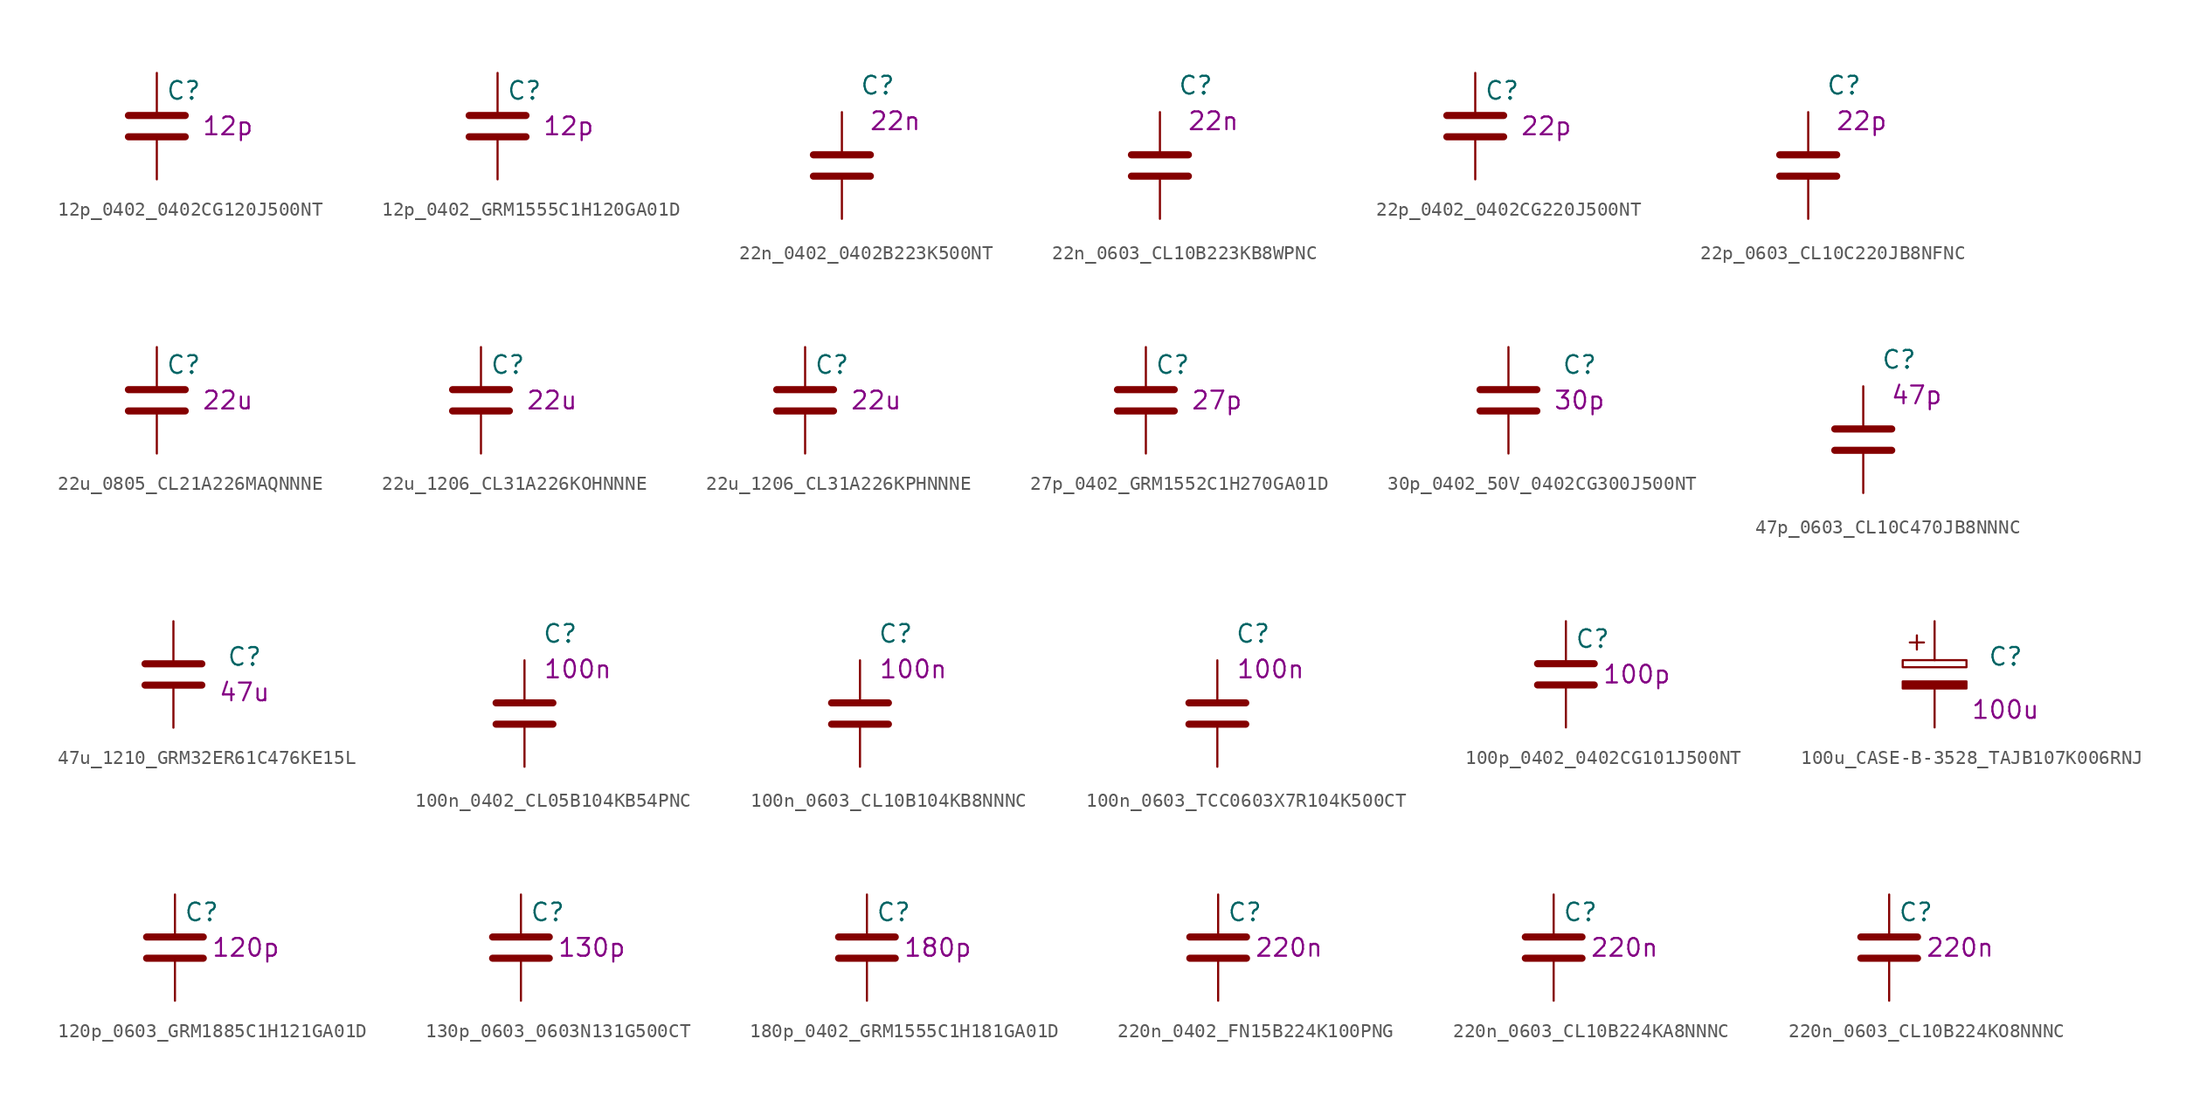
<source format=kicad_sym>
(kicad_symbol_lib
  (version 20231120)
  (generator "kicad_symbol_editor")
  (generator_version "8.0")
  (symbol "12p_0402_0402CG120J500NT"
    (pin_numbers hide)
    (pin_names
      (offset 0.254))
    (property "Reference" "C"
      (at 0.635 2.54 0)
      (effects (font (size 1.27 1.27)) (justify left)))
    (property "UserValue" "12p"
      (at 5.08 0 0)
      (effects (font (size 1.27 1.27))))
    (symbol "12p_0402_0402CG120J500NT_0_1"
      (polyline (pts (xy -2.032 -0.762) (xy 2.032 -0.762)) (stroke (width 0.508) (type default)) (fill (type none)))
      (polyline (pts (xy -2.032 0.762) (xy 2.032 0.762)) (stroke (width 0.508) (type default)) (fill (type none))))
    (symbol "12p_0402_0402CG120J500NT_1_1"
      (pin passive line (at 0 3.81 270) (length 2.794) (name "~" (effects (font (size 1.27 1.27)))) (number "1" (effects (font (size 1.27 1.27)))))
      (pin passive line (at 0 -3.81 90) (length 2.794) (name "~" (effects (font (size 1.27 1.27)))) (number "2" (effects (font (size 1.27 1.27)))))))
  (symbol "12p_0402_GRM1555C1H120GA01D"
    (pin_numbers hide)
    (pin_names
      (offset 0.254))
    (property "Reference" "C"
      (at 0.635 2.54 0)
      (effects (font (size 1.27 1.27)) (justify left)))
    (property "UserValue" "12p"
      (at 5.08 0 0)
      (effects (font (size 1.27 1.27))))
    (symbol "12p_0402_GRM1555C1H120GA01D_0_1"
      (polyline (pts (xy -2.032 -0.762) (xy 2.032 -0.762)) (stroke (width 0.508) (type default)) (fill (type none)))
      (polyline (pts (xy -2.032 0.762) (xy 2.032 0.762)) (stroke (width 0.508) (type default)) (fill (type none))))
    (symbol "12p_0402_GRM1555C1H120GA01D_1_1"
      (pin passive line (at 0 3.81 270) (length 2.794) (name "~" (effects (font (size 1.27 1.27)))) (number "1" (effects (font (size 1.27 1.27)))))
      (pin passive line (at 0 -3.81 90) (length 2.794) (name "~" (effects (font (size 1.27 1.27)))) (number "2" (effects (font (size 1.27 1.27)))))))
  (symbol "22n_0402_0402B223K500NT"
    (pin_numbers hide)
    (pin_names
      (offset 0.254))
    (property "Reference" "C"
      (at 1.27 5.715 0)
      (effects (font (size 1.27 1.27)) (justify left)))
    (property "UserValue" "22n"
      (at 3.81 3.175 0)
      (effects (font (size 1.27 1.27))))
    (symbol "22n_0402_0402B223K500NT_0_1"
      (polyline (pts (xy -2.032 -0.762) (xy 2.032 -0.762)) (stroke (width 0.508) (type default)) (fill (type none)))
      (polyline (pts (xy -2.032 0.762) (xy 2.032 0.762)) (stroke (width 0.508) (type default)) (fill (type none))))
    (symbol "22n_0402_0402B223K500NT_1_1"
      (pin passive line (at 0 3.81 270) (length 2.794) (name "~" (effects (font (size 1.27 1.27)))) (number "1" (effects (font (size 1.27 1.27)))))
      (pin passive line (at 0 -3.81 90) (length 2.794) (name "~" (effects (font (size 1.27 1.27)))) (number "2" (effects (font (size 1.27 1.27)))))))
  (symbol "22n_0603_CL10B223KB8WPNC"
    (pin_numbers hide)
    (pin_names
      (offset 0.254))
    (property "Reference" "C"
      (at 1.27 5.715 0)
      (effects (font (size 1.27 1.27)) (justify left)))
    (property "UserValue" "22n"
      (at 3.81 3.175 0)
      (effects (font (size 1.27 1.27))))
    (symbol "22n_0603_CL10B223KB8WPNC_0_1"
      (polyline (pts (xy -2.032 -0.762) (xy 2.032 -0.762)) (stroke (width 0.508) (type default)) (fill (type none)))
      (polyline (pts (xy -2.032 0.762) (xy 2.032 0.762)) (stroke (width 0.508) (type default)) (fill (type none))))
    (symbol "22n_0603_CL10B223KB8WPNC_1_1"
      (pin passive line (at 0 3.81 270) (length 2.794) (name "~" (effects (font (size 1.27 1.27)))) (number "1" (effects (font (size 1.27 1.27)))))
      (pin passive line (at 0 -3.81 90) (length 2.794) (name "~" (effects (font (size 1.27 1.27)))) (number "2" (effects (font (size 1.27 1.27)))))))
  (symbol "22p_0402_0402CG220J500NT"
    (pin_numbers hide)
    (pin_names
      (offset 0.254))
    (property "Reference" "C"
      (at 0.635 2.54 0)
      (effects (font (size 1.27 1.27)) (justify left)))
    (property "UserValue" "22p"
      (at 5.08 0 0)
      (effects (font (size 1.27 1.27))))
    (symbol "22p_0402_0402CG220J500NT_0_1"
      (polyline (pts (xy -2.032 -0.762) (xy 2.032 -0.762)) (stroke (width 0.508) (type default)) (fill (type none)))
      (polyline (pts (xy -2.032 0.762) (xy 2.032 0.762)) (stroke (width 0.508) (type default)) (fill (type none))))
    (symbol "22p_0402_0402CG220J500NT_1_1"
      (pin passive line (at 0 3.81 270) (length 2.794) (name "~" (effects (font (size 1.27 1.27)))) (number "1" (effects (font (size 1.27 1.27)))))
      (pin passive line (at 0 -3.81 90) (length 2.794) (name "~" (effects (font (size 1.27 1.27)))) (number "2" (effects (font (size 1.27 1.27)))))))
  (symbol "22p_0603_CL10C220JB8NFNC"
    (pin_numbers hide)
    (pin_names
      (offset 0.254))
    (property "Reference" "C"
      (at 1.27 5.715 0)
      (effects (font (size 1.27 1.27)) (justify left)))
    (property "UserValue" "22p"
      (at 3.81 3.175 0)
      (effects (font (size 1.27 1.27))))
    (symbol "22p_0603_CL10C220JB8NFNC_0_1"
      (polyline (pts (xy -2.032 -0.762) (xy 2.032 -0.762)) (stroke (width 0.508) (type default)) (fill (type none)))
      (polyline (pts (xy -2.032 0.762) (xy 2.032 0.762)) (stroke (width 0.508) (type default)) (fill (type none))))
    (symbol "22p_0603_CL10C220JB8NFNC_1_1"
      (pin passive line (at 0 3.81 270) (length 2.794) (name "~" (effects (font (size 1.27 1.27)))) (number "1" (effects (font (size 1.27 1.27)))))
      (pin passive line (at 0 -3.81 90) (length 2.794) (name "~" (effects (font (size 1.27 1.27)))) (number "2" (effects (font (size 1.27 1.27)))))))
  (symbol "22u_0805_CL21A226MAQNNNE"
    (pin_numbers hide)
    (pin_names
      (offset 0.254))
    (property "Reference" "C"
      (at 0.635 2.54 0)
      (effects (font (size 1.27 1.27)) (justify left)))
    (property "UserValue" "22u"
      (at 5.08 0 0)
      (effects (font (size 1.27 1.27))))
    (symbol "22u_0805_CL21A226MAQNNNE_0_1"
      (polyline (pts (xy -2.032 -0.762) (xy 2.032 -0.762)) (stroke (width 0.508) (type default)) (fill (type none)))
      (polyline (pts (xy -2.032 0.762) (xy 2.032 0.762)) (stroke (width 0.508) (type default)) (fill (type none))))
    (symbol "22u_0805_CL21A226MAQNNNE_1_1"
      (pin passive line (at 0 3.81 270) (length 2.794) (name "~" (effects (font (size 1.27 1.27)))) (number "1" (effects (font (size 1.27 1.27)))))
      (pin passive line (at 0 -3.81 90) (length 2.794) (name "~" (effects (font (size 1.27 1.27)))) (number "2" (effects (font (size 1.27 1.27)))))))
  (symbol "22u_1206_CL31A226KOHNNNE"
    (pin_numbers hide)
    (pin_names
      (offset 0.254))
    (property "Reference" "C"
      (at 0.635 2.54 0)
      (effects (font (size 1.27 1.27)) (justify left)))
    (property "UserValue" "22u"
      (at 5.08 0 0)
      (effects (font (size 1.27 1.27))))
    (symbol "22u_1206_CL31A226KOHNNNE_0_1"
      (polyline (pts (xy -2.032 -0.762) (xy 2.032 -0.762)) (stroke (width 0.508) (type default)) (fill (type none)))
      (polyline (pts (xy -2.032 0.762) (xy 2.032 0.762)) (stroke (width 0.508) (type default)) (fill (type none))))
    (symbol "22u_1206_CL31A226KOHNNNE_1_1"
      (pin passive line (at 0 3.81 270) (length 2.794) (name "~" (effects (font (size 1.27 1.27)))) (number "1" (effects (font (size 1.27 1.27)))))
      (pin passive line (at 0 -3.81 90) (length 2.794) (name "~" (effects (font (size 1.27 1.27)))) (number "2" (effects (font (size 1.27 1.27)))))))
  (symbol "22u_1206_CL31A226KPHNNNE"
    (pin_numbers hide)
    (pin_names
      (offset 0.254))
    (property "Reference" "C"
      (at 0.635 2.54 0)
      (effects (font (size 1.27 1.27)) (justify left)))
    (property "UserValue" "22u"
      (at 5.08 0 0)
      (effects (font (size 1.27 1.27))))
    (symbol "22u_1206_CL31A226KPHNNNE_0_1"
      (polyline (pts (xy -2.032 -0.762) (xy 2.032 -0.762)) (stroke (width 0.508) (type default)) (fill (type none)))
      (polyline (pts (xy -2.032 0.762) (xy 2.032 0.762)) (stroke (width 0.508) (type default)) (fill (type none))))
    (symbol "22u_1206_CL31A226KPHNNNE_1_1"
      (pin passive line (at 0 3.81 270) (length 2.794) (name "~" (effects (font (size 1.27 1.27)))) (number "1" (effects (font (size 1.27 1.27)))))
      (pin passive line (at 0 -3.81 90) (length 2.794) (name "~" (effects (font (size 1.27 1.27)))) (number "2" (effects (font (size 1.27 1.27)))))))
  (symbol "27p_0402_GRM1552C1H270GA01D"
    (pin_numbers hide)
    (pin_names
      (offset 0.254))
    (property "Reference" "C"
      (at 0.635 2.54 0)
      (effects (font (size 1.27 1.27)) (justify left)))
    (property "UserValue" "27p"
      (at 5.08 0 0)
      (effects (font (size 1.27 1.27))))
    (symbol "27p_0402_GRM1552C1H270GA01D_0_1"
      (polyline (pts (xy -2.032 -0.762) (xy 2.032 -0.762)) (stroke (width 0.508) (type default)) (fill (type none)))
      (polyline (pts (xy -2.032 0.762) (xy 2.032 0.762)) (stroke (width 0.508) (type default)) (fill (type none))))
    (symbol "27p_0402_GRM1552C1H270GA01D_1_1"
      (pin passive line (at 0 3.81 270) (length 2.794) (name "~" (effects (font (size 1.27 1.27)))) (number "1" (effects (font (size 1.27 1.27)))))
      (pin passive line (at 0 -3.81 90) (length 2.794) (name "~" (effects (font (size 1.27 1.27)))) (number "2" (effects (font (size 1.27 1.27)))))))
  (symbol "30p_0402_50V_0402CG300J500NT"
    (pin_numbers hide)
    (pin_names
      (offset 0.254))
    (property "Reference" "C"
      (at 3.81 2.54 0)
      (effects (font (size 1.27 1.27)) (justify left)))
    (property "UserValue" "30p"
      (at 5.08 0 0)
      (effects (font (size 1.27 1.27))))
    (symbol "30p_0402_50V_0402CG300J500NT_0_1"
      (polyline (pts (xy -2.032 -0.762) (xy 2.032 -0.762)) (stroke (width 0.508) (type default)) (fill (type none)))
      (polyline (pts (xy -2.032 0.762) (xy 2.032 0.762)) (stroke (width 0.508) (type default)) (fill (type none))))
    (symbol "30p_0402_50V_0402CG300J500NT_1_1"
      (pin passive line (at 0 3.81 270) (length 2.794) (name "~" (effects (font (size 1.27 1.27)))) (number "1" (effects (font (size 1.27 1.27)))))
      (pin passive line (at 0 -3.81 90) (length 2.794) (name "~" (effects (font (size 1.27 1.27)))) (number "2" (effects (font (size 1.27 1.27)))))))
  (symbol "47p_0603_CL10C470JB8NNNC"
    (pin_numbers hide)
    (pin_names
      (offset 0.254))
    (property "Reference" "C"
      (at 1.27 5.715 0)
      (effects (font (size 1.27 1.27)) (justify left)))
    (property "UserValue" "47p"
      (at 3.81 3.175 0)
      (effects (font (size 1.27 1.27))))
    (symbol "47p_0603_CL10C470JB8NNNC_0_1"
      (polyline (pts (xy -2.032 -0.762) (xy 2.032 -0.762)) (stroke (width 0.508) (type default)) (fill (type none)))
      (polyline (pts (xy -2.032 0.762) (xy 2.032 0.762)) (stroke (width 0.508) (type default)) (fill (type none))))
    (symbol "47p_0603_CL10C470JB8NNNC_1_1"
      (pin passive line (at 0 3.81 270) (length 2.794) (name "~" (effects (font (size 1.27 1.27)))) (number "1" (effects (font (size 1.27 1.27)))))
      (pin passive line (at 0 -3.81 90) (length 2.794) (name "~" (effects (font (size 1.27 1.27)))) (number "2" (effects (font (size 1.27 1.27)))))))
  (symbol "47u_1210_GRM32ER61C476KE15L"
    (pin_numbers hide)
    (pin_names
      (offset 0.254))
    (property "Reference" "C"
      (at 3.81 1.27 0)
      (effects (font (size 1.27 1.27)) (justify left)))
    (property "UserValue" "47u"
      (at 5.08 -1.27 0)
      (effects (font (size 1.27 1.27))))
    (symbol "47u_1210_GRM32ER61C476KE15L_0_1"
      (polyline (pts (xy -2.032 -0.762) (xy 2.032 -0.762)) (stroke (width 0.508) (type default)) (fill (type none)))
      (polyline (pts (xy -2.032 0.762) (xy 2.032 0.762)) (stroke (width 0.508) (type default)) (fill (type none))))
    (symbol "47u_1210_GRM32ER61C476KE15L_1_1"
      (pin passive line (at 0 3.81 270) (length 2.794) (name "~" (effects (font (size 1.27 1.27)))) (number "1" (effects (font (size 1.27 1.27)))))
      (pin passive line (at 0 -3.81 90) (length 2.794) (name "~" (effects (font (size 1.27 1.27)))) (number "2" (effects (font (size 1.27 1.27)))))))
  (symbol "100n_0402_CL05B104KB54PNC"
    (pin_numbers hide)
    (pin_names
      (offset 0.254))
    (property "Reference" "C"
      (at 1.27 5.715 0)
      (effects (font (size 1.27 1.27)) (justify left)))
    (property "UserValue" "100n"
      (at 3.81 3.175 0)
      (effects (font (size 1.27 1.27))))
    (symbol "100n_0402_CL05B104KB54PNC_0_1"
      (polyline (pts (xy -2.032 -0.762) (xy 2.032 -0.762)) (stroke (width 0.508) (type default)) (fill (type none)))
      (polyline (pts (xy -2.032 0.762) (xy 2.032 0.762)) (stroke (width 0.508) (type default)) (fill (type none))))
    (symbol "100n_0402_CL05B104KB54PNC_1_1"
      (pin passive line (at 0 3.81 270) (length 2.794) (name "~" (effects (font (size 1.27 1.27)))) (number "1" (effects (font (size 1.27 1.27)))))
      (pin passive line (at 0 -3.81 90) (length 2.794) (name "~" (effects (font (size 1.27 1.27)))) (number "2" (effects (font (size 1.27 1.27)))))))
  (symbol "100n_0603_CL10B104KB8NNNC"
    (pin_numbers hide)
    (pin_names
      (offset 0.254))
    (property "Reference" "C"
      (at 1.27 5.715 0)
      (effects (font (size 1.27 1.27)) (justify left)))
    (property "UserValue" "100n"
      (at 3.81 3.175 0)
      (effects (font (size 1.27 1.27))))
    (symbol "100n_0603_CL10B104KB8NNNC_0_1"
      (polyline (pts (xy -2.032 -0.762) (xy 2.032 -0.762)) (stroke (width 0.508) (type default)) (fill (type none)))
      (polyline (pts (xy -2.032 0.762) (xy 2.032 0.762)) (stroke (width 0.508) (type default)) (fill (type none))))
    (symbol "100n_0603_CL10B104KB8NNNC_1_1"
      (pin passive line (at 0 3.81 270) (length 2.794) (name "~" (effects (font (size 1.27 1.27)))) (number "1" (effects (font (size 1.27 1.27)))))
      (pin passive line (at 0 -3.81 90) (length 2.794) (name "~" (effects (font (size 1.27 1.27)))) (number "2" (effects (font (size 1.27 1.27)))))))
  (symbol "100n_0603_TCC0603X7R104K500CT"
    (pin_numbers hide)
    (pin_names
      (offset 0.254))
    (property "Reference" "C"
      (at 1.27 5.715 0)
      (effects (font (size 1.27 1.27)) (justify left)))
    (property "UserValue" "100n"
      (at 3.81 3.175 0)
      (effects (font (size 1.27 1.27))))
    (symbol "100n_0603_TCC0603X7R104K500CT_0_1"
      (polyline (pts (xy -2.032 -0.762) (xy 2.032 -0.762)) (stroke (width 0.508) (type default)) (fill (type none)))
      (polyline (pts (xy -2.032 0.762) (xy 2.032 0.762)) (stroke (width 0.508) (type default)) (fill (type none))))
    (symbol "100n_0603_TCC0603X7R104K500CT_1_1"
      (pin passive line (at 0 3.81 270) (length 2.794) (name "~" (effects (font (size 1.27 1.27)))) (number "1" (effects (font (size 1.27 1.27)))))
      (pin passive line (at 0 -3.81 90) (length 2.794) (name "~" (effects (font (size 1.27 1.27)))) (number "2" (effects (font (size 1.27 1.27)))))))
  (symbol "100p_0402_0402CG101J500NT"
    (pin_numbers hide)
    (pin_names
      (offset 0.254))
    (property "Reference" "C"
      (at 0.635 2.54 0)
      (effects (font (size 1.27 1.27)) (justify left)))
    (property "UserValue" "100p"
      (at 5.08 0 0)
      (effects (font (size 1.27 1.27))))
    (symbol "100p_0402_0402CG101J500NT_0_1"
      (polyline (pts (xy -2.032 -0.762) (xy 2.032 -0.762)) (stroke (width 0.508) (type default)) (fill (type none)))
      (polyline (pts (xy -2.032 0.762) (xy 2.032 0.762)) (stroke (width 0.508) (type default)) (fill (type none))))
    (symbol "100p_0402_0402CG101J500NT_1_1"
      (pin passive line (at 0 3.81 270) (length 2.794) (name "~" (effects (font (size 1.27 1.27)))) (number "1" (effects (font (size 1.27 1.27)))))
      (pin passive line (at 0 -3.81 90) (length 2.794) (name "~" (effects (font (size 1.27 1.27)))) (number "2" (effects (font (size 1.27 1.27)))))))
  (symbol "100u_CASE-B-3528_TAJB107K006RNJ"
    (pin_numbers hide)
    (pin_names
      (offset 0.254))
    (property "Reference" "C"
      (at 3.81 1.27 0)
      (effects (font (size 1.27 1.27)) (justify left)))
    (property "UserValue" "100u"
      (at 5.08 -2.54 0)
      (effects (font (size 1.27 1.27))))
    (symbol "100u_CASE-B-3528_TAJB107K006RNJ_0_1"
      (rectangle (start -2.286 0.508) (end 2.286 1.016) (stroke (width 0) (type default)) (fill (type none)))
      (polyline (pts (xy -1.778 2.286) (xy -0.762 2.286)) (stroke (width 0) (type default)) (fill (type none)))
      (polyline (pts (xy -1.27 2.794) (xy -1.27 1.778)) (stroke (width 0) (type default)) (fill (type none)))
      (rectangle (start 2.286 -0.508) (end -2.286 -1.016) (stroke (width 0) (type default)) (fill (type outline))))
    (symbol "100u_CASE-B-3528_TAJB107K006RNJ_1_1"
      (pin passive line (at 0 3.81 270) (length 2.794) (name "~" (effects (font (size 1.27 1.27)))) (number "1" (effects (font (size 1.27 1.27)))))
      (pin passive line (at 0 -3.81 90) (length 2.794) (name "~" (effects (font (size 1.27 1.27)))) (number "2" (effects (font (size 1.27 1.27)))))))
  (symbol "120p_0603_GRM1885C1H121GA01D"
    (pin_numbers hide)
    (pin_names
      (offset 0.254))
    (property "Reference" "C"
      (at 0.635 2.54 0)
      (effects (font (size 1.27 1.27)) (justify left)))
    (property "UserValue" "120p"
      (at 5.08 0 0)
      (effects (font (size 1.27 1.27))))
    (symbol "120p_0603_GRM1885C1H121GA01D_0_1"
      (polyline (pts (xy -2.032 -0.762) (xy 2.032 -0.762)) (stroke (width 0.508) (type default)) (fill (type none)))
      (polyline (pts (xy -2.032 0.762) (xy 2.032 0.762)) (stroke (width 0.508) (type default)) (fill (type none))))
    (symbol "120p_0603_GRM1885C1H121GA01D_1_1"
      (pin passive line (at 0 3.81 270) (length 2.794) (name "~" (effects (font (size 1.27 1.27)))) (number "1" (effects (font (size 1.27 1.27)))))
      (pin passive line (at 0 -3.81 90) (length 2.794) (name "~" (effects (font (size 1.27 1.27)))) (number "2" (effects (font (size 1.27 1.27)))))))
  (symbol "130p_0603_0603N131G500CT"
    (pin_numbers hide)
    (pin_names
      (offset 0.254))
    (property "Reference" "C"
      (at 0.635 2.54 0)
      (effects (font (size 1.27 1.27)) (justify left)))
    (property "UserValue" "130p"
      (at 5.08 0 0)
      (effects (font (size 1.27 1.27))))
    (symbol "130p_0603_0603N131G500CT_0_1"
      (polyline (pts (xy -2.032 -0.762) (xy 2.032 -0.762)) (stroke (width 0.508) (type default)) (fill (type none)))
      (polyline (pts (xy -2.032 0.762) (xy 2.032 0.762)) (stroke (width 0.508) (type default)) (fill (type none))))
    (symbol "130p_0603_0603N131G500CT_1_1"
      (pin passive line (at 0 3.81 270) (length 2.794) (name "~" (effects (font (size 1.27 1.27)))) (number "1" (effects (font (size 1.27 1.27)))))
      (pin passive line (at 0 -3.81 90) (length 2.794) (name "~" (effects (font (size 1.27 1.27)))) (number "2" (effects (font (size 1.27 1.27)))))))
  (symbol "180p_0402_GRM1555C1H181GA01D"
    (pin_numbers hide)
    (pin_names
      (offset 0.254))
    (property "Reference" "C"
      (at 0.635 2.54 0)
      (effects (font (size 1.27 1.27)) (justify left)))
    (property "UserValue" "180p"
      (at 5.08 0 0)
      (effects (font (size 1.27 1.27))))
    (symbol "180p_0402_GRM1555C1H181GA01D_0_1"
      (polyline (pts (xy -2.032 -0.762) (xy 2.032 -0.762)) (stroke (width 0.508) (type default)) (fill (type none)))
      (polyline (pts (xy -2.032 0.762) (xy 2.032 0.762)) (stroke (width 0.508) (type default)) (fill (type none))))
    (symbol "180p_0402_GRM1555C1H181GA01D_1_1"
      (pin passive line (at 0 3.81 270) (length 2.794) (name "~" (effects (font (size 1.27 1.27)))) (number "1" (effects (font (size 1.27 1.27)))))
      (pin passive line (at 0 -3.81 90) (length 2.794) (name "~" (effects (font (size 1.27 1.27)))) (number "2" (effects (font (size 1.27 1.27)))))))
  (symbol "220n_0402_FN15B224K100PNG"
    (pin_numbers hide)
    (pin_names
      (offset 0.254))
    (property "Reference" "C"
      (at 0.635 2.54 0)
      (effects (font (size 1.27 1.27)) (justify left)))
    (property "UserValue" "220n"
      (at 5.08 0 0)
      (effects (font (size 1.27 1.27))))
    (symbol "220n_0402_FN15B224K100PNG_0_1"
      (polyline (pts (xy -2.032 -0.762) (xy 2.032 -0.762)) (stroke (width 0.508) (type default)) (fill (type none)))
      (polyline (pts (xy -2.032 0.762) (xy 2.032 0.762)) (stroke (width 0.508) (type default)) (fill (type none))))
    (symbol "220n_0402_FN15B224K100PNG_1_1"
      (pin passive line (at 0 3.81 270) (length 2.794) (name "~" (effects (font (size 1.27 1.27)))) (number "1" (effects (font (size 1.27 1.27)))))
      (pin passive line (at 0 -3.81 90) (length 2.794) (name "~" (effects (font (size 1.27 1.27)))) (number "2" (effects (font (size 1.27 1.27)))))))
  (symbol "220n_0603_CL10B224KA8NNNC"
    (pin_numbers hide)
    (pin_names
      (offset 0.254))
    (property "Reference" "C"
      (at 0.635 2.54 0)
      (effects (font (size 1.27 1.27)) (justify left)))
    (property "UserValue" "220n"
      (at 5.08 0 0)
      (effects (font (size 1.27 1.27))))
    (symbol "220n_0603_CL10B224KA8NNNC_0_1"
      (polyline (pts (xy -2.032 -0.762) (xy 2.032 -0.762)) (stroke (width 0.508) (type default)) (fill (type none)))
      (polyline (pts (xy -2.032 0.762) (xy 2.032 0.762)) (stroke (width 0.508) (type default)) (fill (type none))))
    (symbol "220n_0603_CL10B224KA8NNNC_1_1"
      (pin passive line (at 0 3.81 270) (length 2.794) (name "~" (effects (font (size 1.27 1.27)))) (number "1" (effects (font (size 1.27 1.27)))))
      (pin passive line (at 0 -3.81 90) (length 2.794) (name "~" (effects (font (size 1.27 1.27)))) (number "2" (effects (font (size 1.27 1.27)))))))
  (symbol "220n_0603_CL10B224KO8NNNC"
    (pin_numbers hide)
    (pin_names
      (offset 0.254))
    (property "Reference" "C"
      (at 0.635 2.54 0)
      (effects (font (size 1.27 1.27)) (justify left)))
    (property "UserValue" "220n"
      (at 5.08 0 0)
      (effects (font (size 1.27 1.27))))
    (symbol "220n_0603_CL10B224KO8NNNC_0_1"
      (polyline (pts (xy -2.032 -0.762) (xy 2.032 -0.762)) (stroke (width 0.508) (type default)) (fill (type none)))
      (polyline (pts (xy -2.032 0.762) (xy 2.032 0.762)) (stroke (width 0.508) (type default)) (fill (type none))))
    (symbol "220n_0603_CL10B224KO8NNNC_1_1"
      (pin passive line (at 0 3.81 270) (length 2.794) (name "~" (effects (font (size 1.27 1.27)))) (number "1" (effects (font (size 1.27 1.27)))))
      (pin passive line (at 0 -3.81 90) (length 2.794) (name "~" (effects (font (size 1.27 1.27)))) (number "2" (effects (font (size 1.27 1.27))))))))
</source>
